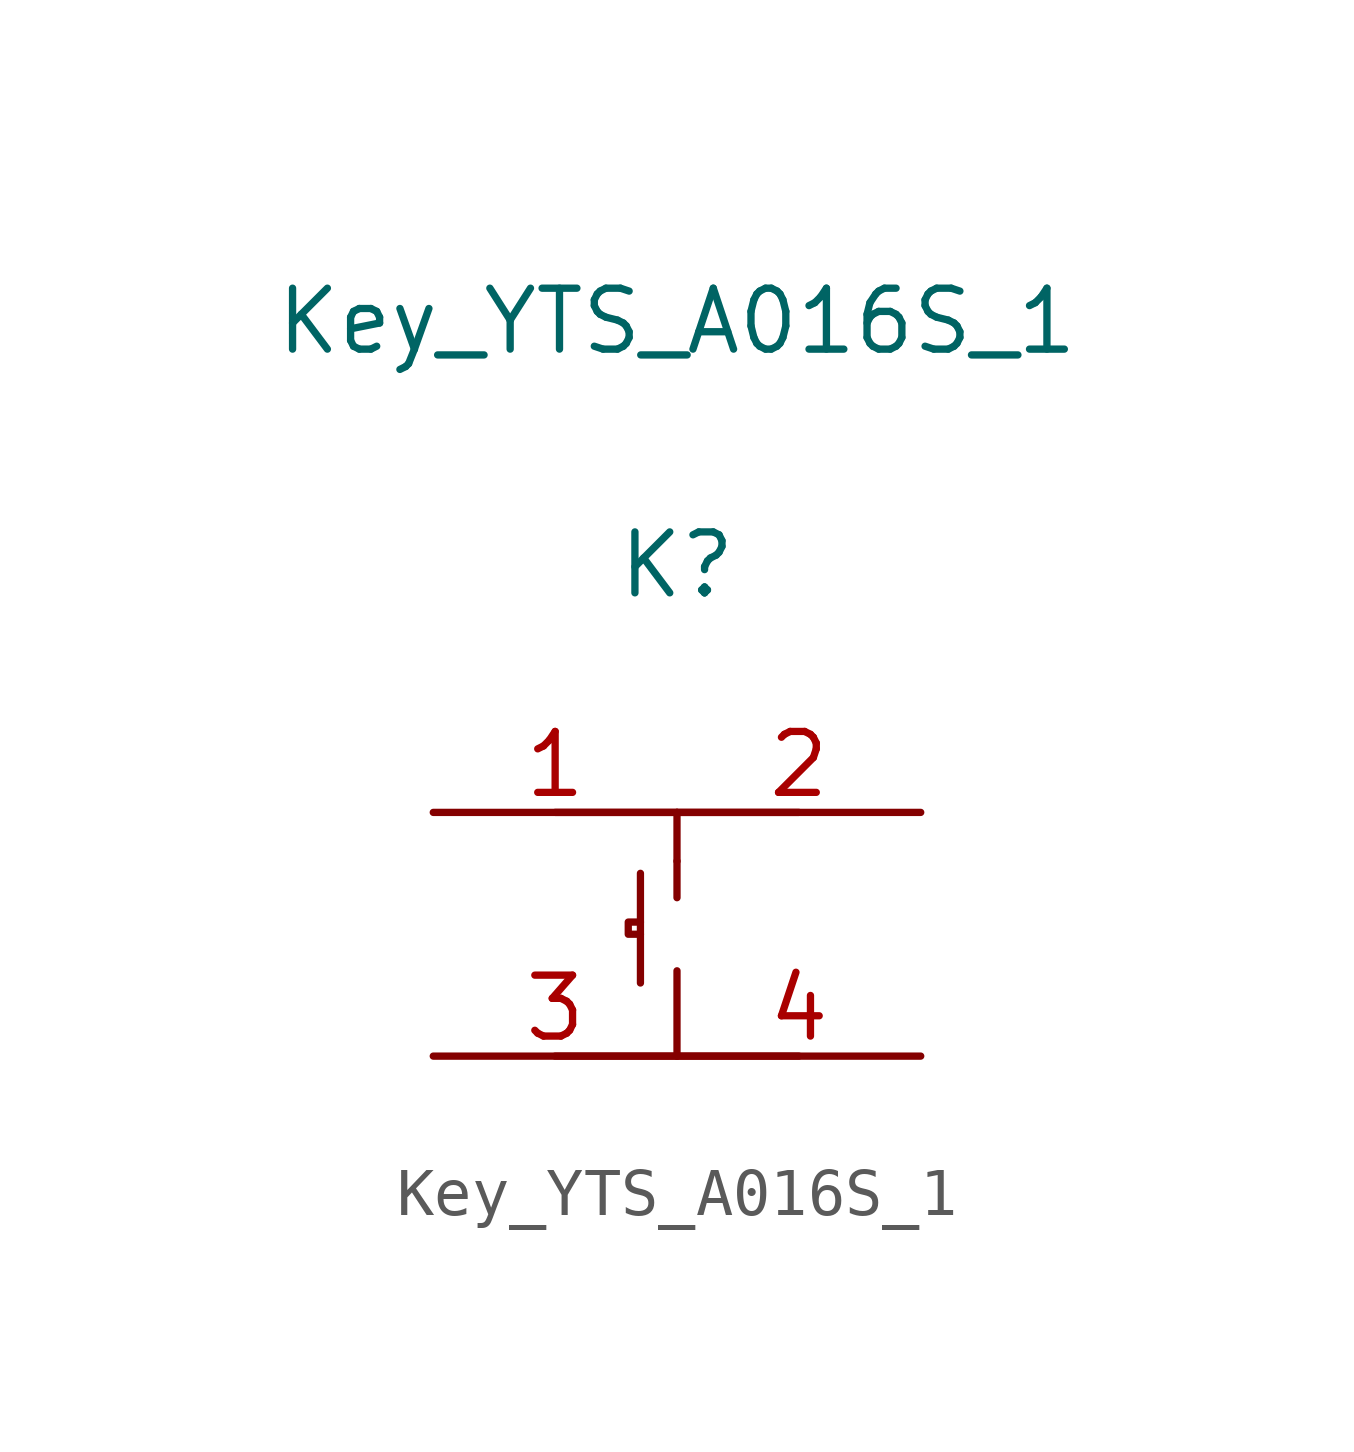
<source format=kicad_sym>
(kicad_symbol_lib
  (version 20220914)
  (generator kicad_symbol_editor)
  (symbol "Key_YTS_A016S_1"
    (pin_names
      (offset 1.016) hide)
    (property "Reference" "K"
      (at 0 7.696 0)
      (effects (font (size 1.27 1.27))))
    (property "Value" "Key_YTS_A016S_1"
      (at 0 12.776 0)
      (effects (font (size 1.27 1.27))))
    (symbol "Key_YTS_A016S_1_1_1"
      (polyline (pts (xy -2.54 -2.54) (xy 2.54 -2.54)) (stroke (width 0.152) (type default)) (fill (type none)))
      (polyline (pts (xy -2.54 2.54) (xy 2.54 2.54)) (stroke (width 0.152) (type default)) (fill (type none)))
      (polyline (pts (xy -0.762 1.27) (xy -0.762 -1.016)) (stroke (width 0.152) (type default)) (fill (type none)))
      (polyline (pts (xy 0 -2.54) (xy 0 -0.762)) (stroke (width 0.152) (type default)) (fill (type none)))
      (polyline (pts (xy 0 1.524) (xy 0 0.762)) (stroke (width 0.152) (type default)) (fill (type none)))
      (polyline (pts (xy 0 2.54) (xy 0 1.524)) (stroke (width 0.152) (type default)) (fill (type none)))
      (polyline (pts (xy -0.762 0.254) (xy -1.016 0.254) (xy -1.016 0) (xy -0.762 0)) (stroke (width 0.152) (type default)) (fill (type none)))
      (pin input line (at -5.08 2.54 0) (length 5.08) (name "1" (effects (font (size 1.27 1.27)))) (number "1" (effects (font (size 1.27 1.27)))))
      (pin input line (at 5.08 2.54 180) (length 5.08) (name "2" (effects (font (size 1.27 1.27)))) (number "2" (effects (font (size 1.27 1.27)))))
      (pin input line (at -5.08 -2.54 0) (length 5.08) (name "3" (effects (font (size 1.27 1.27)))) (number "3" (effects (font (size 1.27 1.27)))))
      (pin input line (at 5.08 -2.54 180) (length 5.08) (name "4" (effects (font (size 1.27 1.27)))) (number "4" (effects (font (size 1.27 1.27))))))))
</source>
